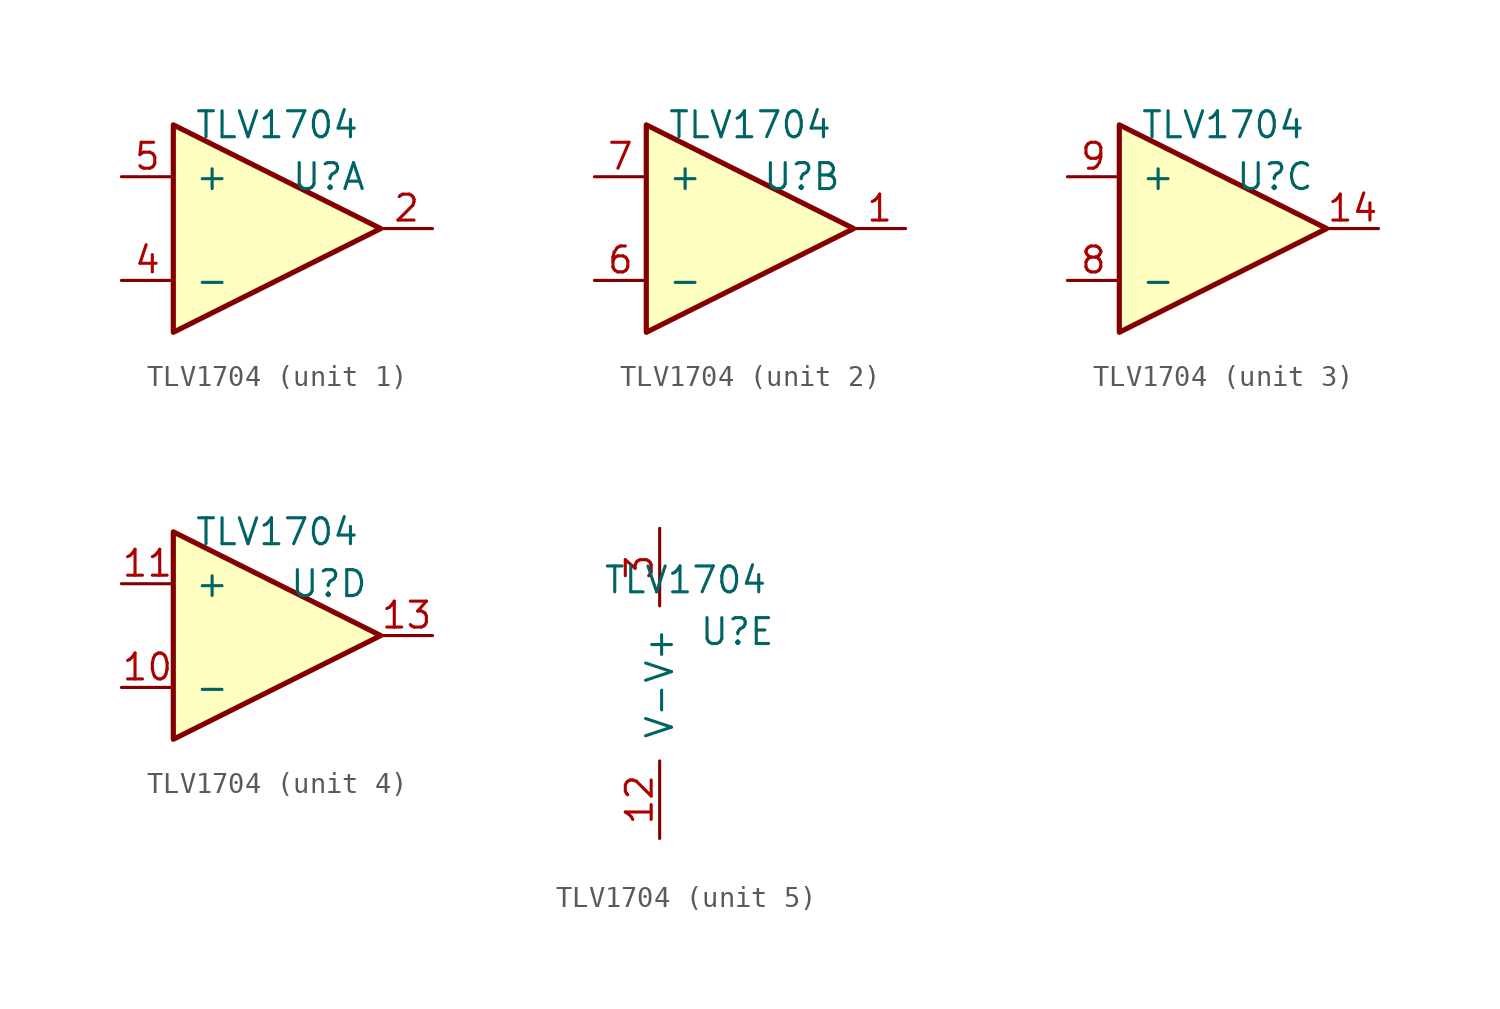
<source format=kicad_sym>
(kicad_symbol_lib
  (version 20241209)
  (generator "kicad_symbol_editor")
  (generator_version "9.0")
  (symbol "TLV1704"
    (pin_names
      (offset 1.016))
    (property "Reference" "U"
      (at 3.81 2.54 0)
      (effects (font (size 1.27 1.27))))
    (property "Value" "TLV1704"
      (at 1.27 5.08 0)
      (effects (font (size 1.27 1.27))))
    (symbol "TLV1704_1_1"
      (polyline (pts (xy -3.81 5.08) (xy 6.35 0) (xy -3.81 -5.08) (xy -3.81 5.08)) (stroke (width 0.254) (type solid)) (fill (type background)))
      (pin input line (at -6.35 2.54 0) (length 2.54) (name "+" (effects (font (size 1.27 1.27)))) (number "5" (effects (font (size 1.27 1.27)))))
      (pin input line (at -6.35 -2.54 0) (length 2.54) (name "-" (effects (font (size 1.27 1.27)))) (number "4" (effects (font (size 1.27 1.27)))))
      (pin open_collector line (at 8.89 0 180) (length 2.54) (name "~" (effects (font (size 1.27 1.27)))) (number "2" (effects (font (size 1.27 1.27))))))
    (symbol "TLV1704_2_1"
      (polyline (pts (xy -3.81 5.08) (xy 6.35 0) (xy -3.81 -5.08) (xy -3.81 5.08)) (stroke (width 0.254) (type solid)) (fill (type background)))
      (pin input line (at -6.35 2.54 0) (length 2.54) (name "+" (effects (font (size 1.27 1.27)))) (number "7" (effects (font (size 1.27 1.27)))))
      (pin input line (at -6.35 -2.54 0) (length 2.54) (name "-" (effects (font (size 1.27 1.27)))) (number "6" (effects (font (size 1.27 1.27)))))
      (pin open_collector line (at 8.89 0 180) (length 2.54) (name "~" (effects (font (size 1.27 1.27)))) (number "1" (effects (font (size 1.27 1.27))))))
    (symbol "TLV1704_3_1"
      (polyline (pts (xy -3.81 5.08) (xy 6.35 0) (xy -3.81 -5.08) (xy -3.81 5.08)) (stroke (width 0.254) (type solid)) (fill (type background)))
      (pin input line (at -6.35 2.54 0) (length 2.54) (name "+" (effects (font (size 1.27 1.27)))) (number "9" (effects (font (size 1.27 1.27)))))
      (pin input line (at -6.35 -2.54 0) (length 2.54) (name "-" (effects (font (size 1.27 1.27)))) (number "8" (effects (font (size 1.27 1.27)))))
      (pin open_collector line (at 8.89 0 180) (length 2.54) (name "~" (effects (font (size 1.27 1.27)))) (number "14" (effects (font (size 1.27 1.27))))))
    (symbol "TLV1704_4_1"
      (polyline (pts (xy -3.81 5.08) (xy 6.35 0) (xy -3.81 -5.08) (xy -3.81 5.08)) (stroke (width 0.254) (type solid)) (fill (type background)))
      (pin input line (at -6.35 2.54 0) (length 2.54) (name "+" (effects (font (size 1.27 1.27)))) (number "11" (effects (font (size 1.27 1.27)))))
      (pin input line (at -6.35 -2.54 0) (length 2.54) (name "-" (effects (font (size 1.27 1.27)))) (number "10" (effects (font (size 1.27 1.27)))))
      (pin open_collector line (at 8.89 0 180) (length 2.54) (name "~" (effects (font (size 1.27 1.27)))) (number "13" (effects (font (size 1.27 1.27))))))
    (symbol "TLV1704_5_1"
      (pin power_in line (at 0 7.62 270) (length 3.81) (name "V+" (effects (font (size 1.27 1.27)))) (number "3" (effects (font (size 1.27 1.27)))))
      (pin power_in line (at 0 -7.62 90) (length 3.81) (name "V-" (effects (font (size 1.27 1.27)))) (number "12" (effects (font (size 1.27 1.27))))))))
</source>
